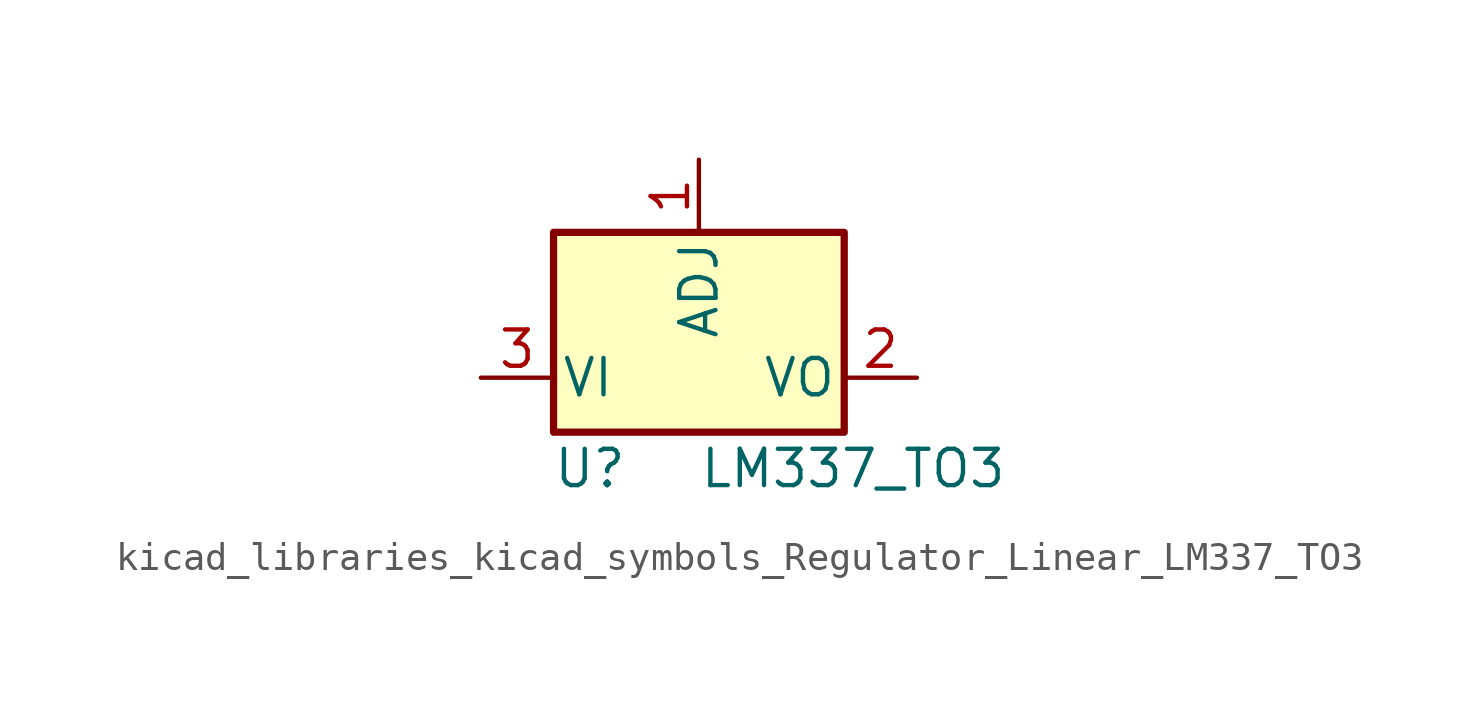
<source format=kicad_sym>
(kicad_symbol_lib
  (version 20220914)
  (generator kicad_symbol_editor)
  (symbol "kicad_libraries_kicad_symbols_Regulator_Linear_LM337_TO3"
    (pin_names
      (offset 0.254))
    (property "Reference" "U"
      (at -3.81 -3.175 0)
      (effects (font (size 1.27 1.27))))
    (property "Value" "LM337_TO3"
      (at 0 -3.175 0)
      (effects (font (size 1.27 1.27)) (justify left)))
    (symbol "kicad_libraries_kicad_symbols_Regulator_Linear_LM337_TO3_0_1"
      (rectangle (start -5.08 5.08) (end 5.08 -1.905) (stroke (width 0.254) (type default)) (fill (type background))))
    (symbol "kicad_libraries_kicad_symbols_Regulator_Linear_LM337_TO3_1_1"
      (pin input line (at 0 7.62 270) (length 2.54) (name "ADJ" (effects (font (size 1.27 1.27)))) (number "1" (effects (font (size 1.27 1.27)))))
      (pin power_out line (at 7.62 0 180) (length 2.54) (name "VO" (effects (font (size 1.27 1.27)))) (number "2" (effects (font (size 1.27 1.27)))))
      (pin power_in line (at -7.62 0 0) (length 2.54) (name "VI" (effects (font (size 1.27 1.27)))) (number "3" (effects (font (size 1.27 1.27))))))))
</source>
